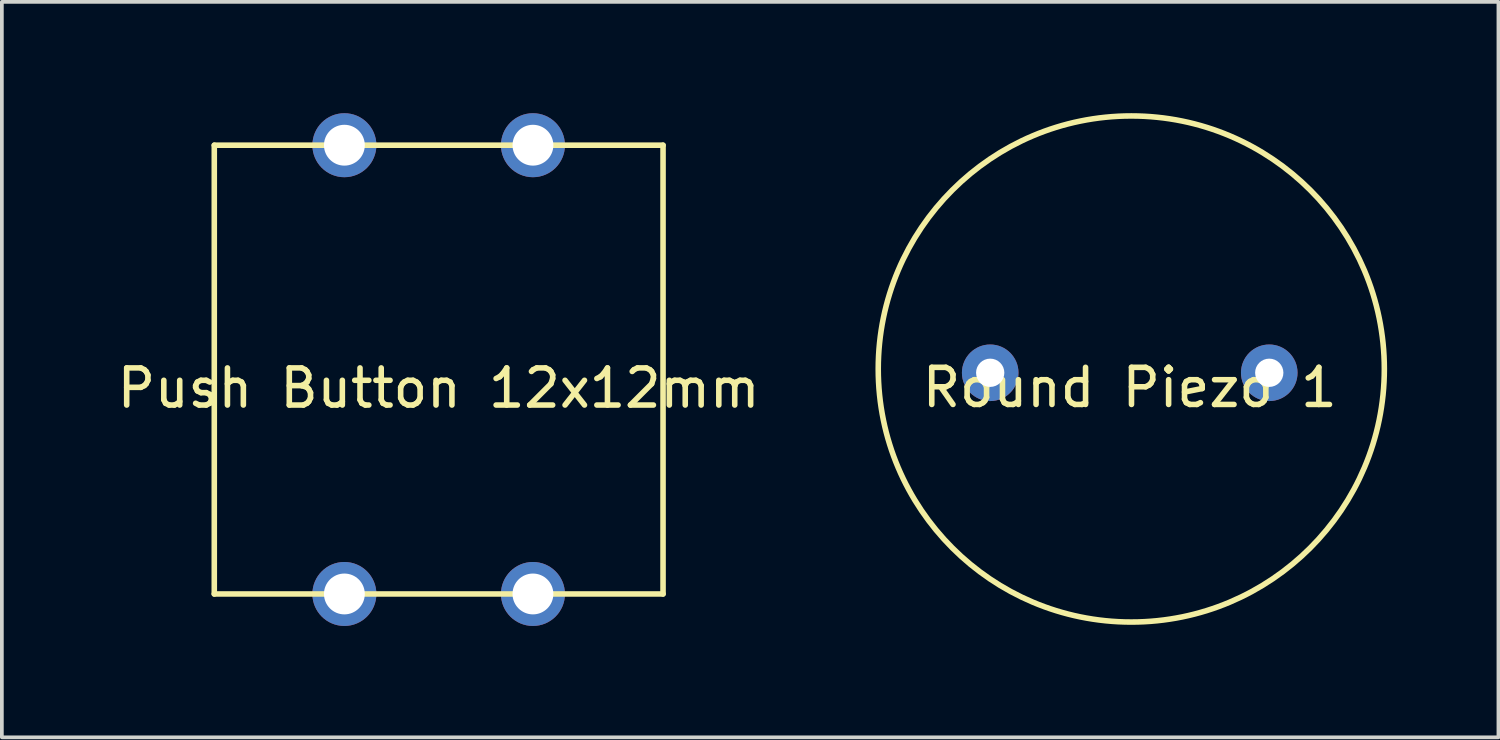
<source format=kicad_pcb>
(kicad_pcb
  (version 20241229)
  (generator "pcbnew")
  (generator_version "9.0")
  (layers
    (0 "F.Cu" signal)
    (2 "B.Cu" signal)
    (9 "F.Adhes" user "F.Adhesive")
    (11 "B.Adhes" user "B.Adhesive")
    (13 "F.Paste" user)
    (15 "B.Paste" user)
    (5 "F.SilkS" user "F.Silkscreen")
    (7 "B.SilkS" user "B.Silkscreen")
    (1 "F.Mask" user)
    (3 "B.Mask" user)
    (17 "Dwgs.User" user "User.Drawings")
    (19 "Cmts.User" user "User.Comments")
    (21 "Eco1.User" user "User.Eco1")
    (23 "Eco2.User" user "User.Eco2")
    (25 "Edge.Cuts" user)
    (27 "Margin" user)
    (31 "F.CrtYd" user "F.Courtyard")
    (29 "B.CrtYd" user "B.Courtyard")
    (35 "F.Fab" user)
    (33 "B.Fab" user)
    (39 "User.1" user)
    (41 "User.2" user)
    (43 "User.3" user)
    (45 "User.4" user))
  (footprint "Round Piezo 1"
    (layer "F.Cu")
    (at 27.386 6.891)
    (property "Reference" "Round Piezo 1" (at 0 0.5 0) (layer "F.SilkS") (effects (font (size 1 1) (thickness 0.15))))
    (attr through_hole)
    (fp_circle (center 0.042 0) (end -6.766 0.356) (stroke (width 0.15) (type solid)) (fill no) (layer "F.SilkS"))
    (pad "1" thru_hole circle (at -3.759 0.102) (size 1.524 1.524) (drill 0.762) (layers "*.Cu" "*.Mask"))
    (pad "2" thru_hole circle (at 3.759 0.102) (size 1.524 1.524) (drill 0.762) (layers "*.Cu" "*.Mask")))
  (footprint "Push Button 12x12mm"
    (layer "F.Cu")
    (at 8.768 6.907)
    (property "Reference" "Push Button 12x12mm" (at 0 0.5 0) (layer "F.SilkS") (effects (font (size 1 1) (thickness 0.15))))
    (attr through_hole)
    (fp_line (start -6.045 -6.045) (end -6.045 6.045) (stroke (width 0.15) (type solid)) (layer "F.SilkS"))
    (fp_line (start -6.045 6.045) (end 6.045 6.045) (stroke (width 0.15) (type solid)) (layer "F.SilkS"))
    (fp_line (start 6.045 -6.045) (end -6.045 -6.045) (stroke (width 0.15) (type solid)) (layer "F.SilkS"))
    (fp_line (start 6.045 6.045) (end 6.045 -6.045) (stroke (width 0.15) (type solid)) (layer "F.SilkS"))
    (pad "1" thru_hole circle (at -2.54 -6.045) (size 1.724 1.724) (drill 1.1) (layers "*.Cu" "*.Mask"))
    (pad "2" thru_hole circle (at 2.54 -6.045) (size 1.724 1.724) (drill 1.1) (layers "*.Cu" "*.Mask"))
    (pad "3" thru_hole circle (at -2.54 6.045) (size 1.724 1.724) (drill 1.1) (layers "*.Cu" "*.Mask"))
    (pad "4" thru_hole circle (at 2.54 6.045) (size 1.724 1.724) (drill 1.1) (layers "*.Cu" "*.Mask")))
  (gr_rect
    (start -3 -3)
    (end 37.319 16.814)
    (stroke (width 0.1) (type default))
    (fill no)
    (layer "Edge.Cuts")))
</source>
